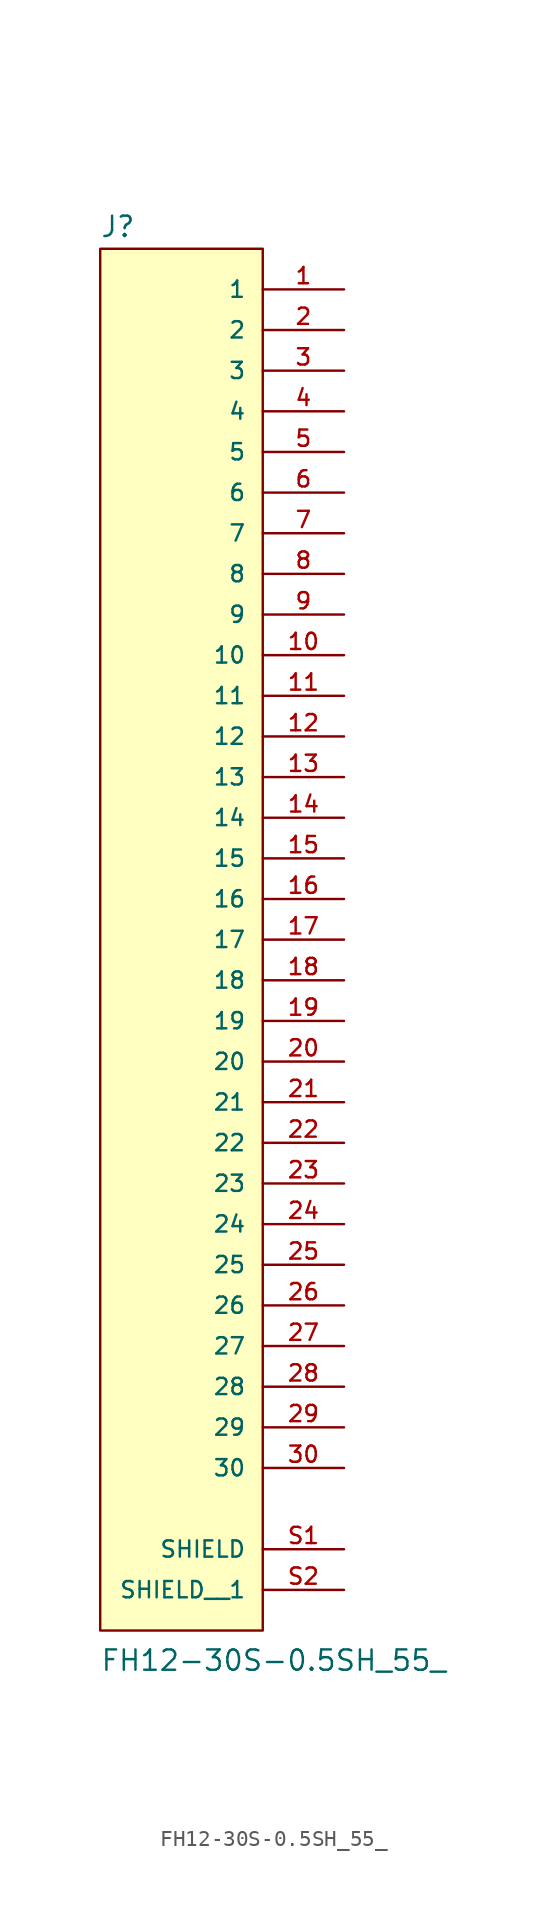
<source format=kicad_sym>
(kicad_symbol_lib
  (version 20211014)
  (generator kicad_symbol_editor)
  (symbol "FH12-30S-0.5SH_55_"
    (pin_names
      (offset 1.016))
    (property "Reference" "J"
      (at -5.103 41.277 0)
      (effects (font (size 1.27 1.27)) (justify bottom left)))
    (property "Value" "FH12-30S-0.5SH_55_"
      (at -5.094 -48.334 0)
      (effects (font (size 1.27 1.27)) (justify bottom left)))
    (symbol "FH12-30S-0.5SH_55__0_0"
      (rectangle (start -5.08 -45.72) (end 5.08 40.64) (stroke (width 0.152)) (fill (type background)))
      (pin passive line (at 10.16 38.1 180.0) (length 5.08) (name "1" (effects (font (size 1.016 1.016)))) (number "1" (effects (font (size 1.016 1.016)))))
      (pin passive line (at 10.16 35.56 180.0) (length 5.08) (name "2" (effects (font (size 1.016 1.016)))) (number "2" (effects (font (size 1.016 1.016)))))
      (pin passive line (at 10.16 33.02 180.0) (length 5.08) (name "3" (effects (font (size 1.016 1.016)))) (number "3" (effects (font (size 1.016 1.016)))))
      (pin passive line (at 10.16 30.48 180.0) (length 5.08) (name "4" (effects (font (size 1.016 1.016)))) (number "4" (effects (font (size 1.016 1.016)))))
      (pin passive line (at 10.16 27.94 180.0) (length 5.08) (name "5" (effects (font (size 1.016 1.016)))) (number "5" (effects (font (size 1.016 1.016)))))
      (pin passive line (at 10.16 25.4 180.0) (length 5.08) (name "6" (effects (font (size 1.016 1.016)))) (number "6" (effects (font (size 1.016 1.016)))))
      (pin passive line (at 10.16 22.86 180.0) (length 5.08) (name "7" (effects (font (size 1.016 1.016)))) (number "7" (effects (font (size 1.016 1.016)))))
      (pin passive line (at 10.16 20.32 180.0) (length 5.08) (name "8" (effects (font (size 1.016 1.016)))) (number "8" (effects (font (size 1.016 1.016)))))
      (pin passive line (at 10.16 17.78 180.0) (length 5.08) (name "9" (effects (font (size 1.016 1.016)))) (number "9" (effects (font (size 1.016 1.016)))))
      (pin passive line (at 10.16 15.24 180.0) (length 5.08) (name "10" (effects (font (size 1.016 1.016)))) (number "10" (effects (font (size 1.016 1.016)))))
      (pin passive line (at 10.16 12.7 180.0) (length 5.08) (name "11" (effects (font (size 1.016 1.016)))) (number "11" (effects (font (size 1.016 1.016)))))
      (pin passive line (at 10.16 10.16 180.0) (length 5.08) (name "12" (effects (font (size 1.016 1.016)))) (number "12" (effects (font (size 1.016 1.016)))))
      (pin passive line (at 10.16 -40.64 180.0) (length 5.08) (name "SHIELD" (effects (font (size 1.016 1.016)))) (number "S1" (effects (font (size 1.016 1.016)))))
      (pin passive line (at 10.16 7.62 180.0) (length 5.08) (name "13" (effects (font (size 1.016 1.016)))) (number "13" (effects (font (size 1.016 1.016)))))
      (pin passive line (at 10.16 5.08 180.0) (length 5.08) (name "14" (effects (font (size 1.016 1.016)))) (number "14" (effects (font (size 1.016 1.016)))))
      (pin passive line (at 10.16 2.54 180.0) (length 5.08) (name "15" (effects (font (size 1.016 1.016)))) (number "15" (effects (font (size 1.016 1.016)))))
      (pin passive line (at 10.16 0.0 180.0) (length 5.08) (name "16" (effects (font (size 1.016 1.016)))) (number "16" (effects (font (size 1.016 1.016)))))
      (pin passive line (at 10.16 -2.54 180.0) (length 5.08) (name "17" (effects (font (size 1.016 1.016)))) (number "17" (effects (font (size 1.016 1.016)))))
      (pin passive line (at 10.16 -5.08 180.0) (length 5.08) (name "18" (effects (font (size 1.016 1.016)))) (number "18" (effects (font (size 1.016 1.016)))))
      (pin passive line (at 10.16 -7.62 180.0) (length 5.08) (name "19" (effects (font (size 1.016 1.016)))) (number "19" (effects (font (size 1.016 1.016)))))
      (pin passive line (at 10.16 -10.16 180.0) (length 5.08) (name "20" (effects (font (size 1.016 1.016)))) (number "20" (effects (font (size 1.016 1.016)))))
      (pin passive line (at 10.16 -12.7 180.0) (length 5.08) (name "21" (effects (font (size 1.016 1.016)))) (number "21" (effects (font (size 1.016 1.016)))))
      (pin passive line (at 10.16 -15.24 180.0) (length 5.08) (name "22" (effects (font (size 1.016 1.016)))) (number "22" (effects (font (size 1.016 1.016)))))
      (pin passive line (at 10.16 -17.78 180.0) (length 5.08) (name "23" (effects (font (size 1.016 1.016)))) (number "23" (effects (font (size 1.016 1.016)))))
      (pin passive line (at 10.16 -20.32 180.0) (length 5.08) (name "24" (effects (font (size 1.016 1.016)))) (number "24" (effects (font (size 1.016 1.016)))))
      (pin passive line (at 10.16 -22.86 180.0) (length 5.08) (name "25" (effects (font (size 1.016 1.016)))) (number "25" (effects (font (size 1.016 1.016)))))
      (pin passive line (at 10.16 -25.4 180.0) (length 5.08) (name "26" (effects (font (size 1.016 1.016)))) (number "26" (effects (font (size 1.016 1.016)))))
      (pin passive line (at 10.16 -27.94 180.0) (length 5.08) (name "27" (effects (font (size 1.016 1.016)))) (number "27" (effects (font (size 1.016 1.016)))))
      (pin passive line (at 10.16 -30.48 180.0) (length 5.08) (name "28" (effects (font (size 1.016 1.016)))) (number "28" (effects (font (size 1.016 1.016)))))
      (pin passive line (at 10.16 -33.02 180.0) (length 5.08) (name "29" (effects (font (size 1.016 1.016)))) (number "29" (effects (font (size 1.016 1.016)))))
      (pin passive line (at 10.16 -35.56 180.0) (length 5.08) (name "30" (effects (font (size 1.016 1.016)))) (number "30" (effects (font (size 1.016 1.016)))))
      (pin passive line (at 10.16 -43.18 180.0) (length 5.08) (name "SHIELD__1" (effects (font (size 1.016 1.016)))) (number "S2" (effects (font (size 1.016 1.016))))))))
</source>
